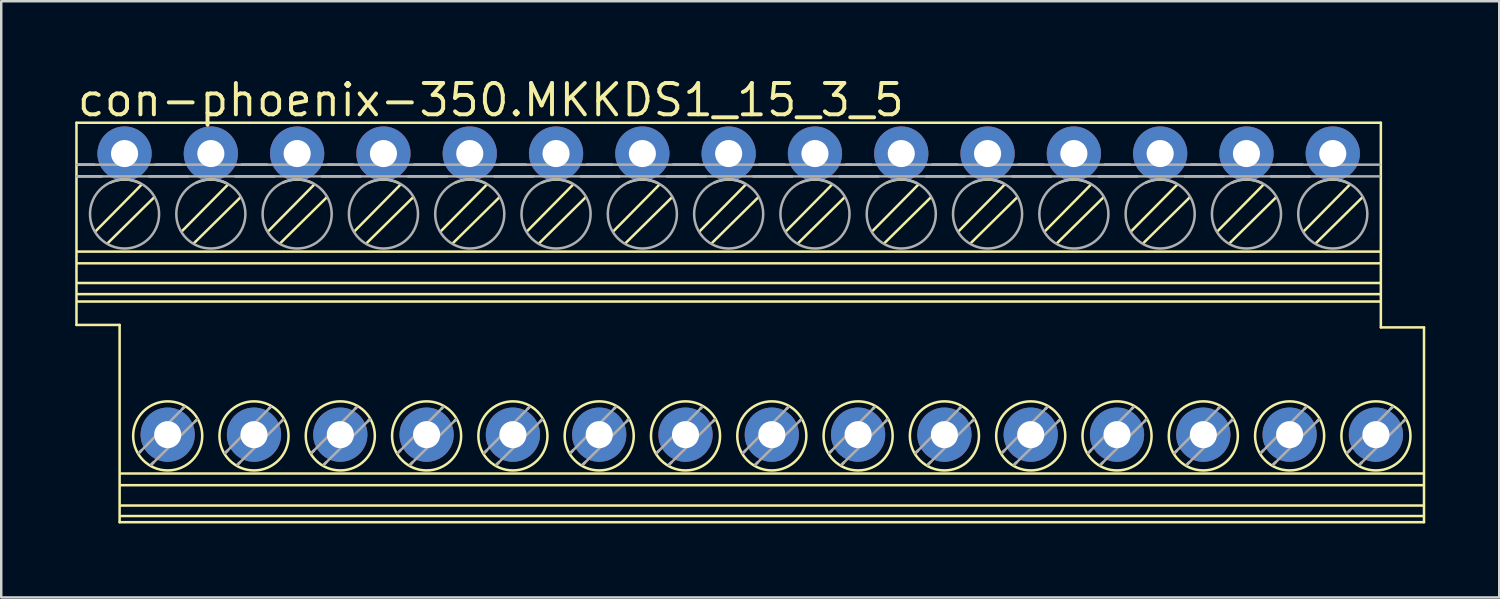
<source format=kicad_pcb>
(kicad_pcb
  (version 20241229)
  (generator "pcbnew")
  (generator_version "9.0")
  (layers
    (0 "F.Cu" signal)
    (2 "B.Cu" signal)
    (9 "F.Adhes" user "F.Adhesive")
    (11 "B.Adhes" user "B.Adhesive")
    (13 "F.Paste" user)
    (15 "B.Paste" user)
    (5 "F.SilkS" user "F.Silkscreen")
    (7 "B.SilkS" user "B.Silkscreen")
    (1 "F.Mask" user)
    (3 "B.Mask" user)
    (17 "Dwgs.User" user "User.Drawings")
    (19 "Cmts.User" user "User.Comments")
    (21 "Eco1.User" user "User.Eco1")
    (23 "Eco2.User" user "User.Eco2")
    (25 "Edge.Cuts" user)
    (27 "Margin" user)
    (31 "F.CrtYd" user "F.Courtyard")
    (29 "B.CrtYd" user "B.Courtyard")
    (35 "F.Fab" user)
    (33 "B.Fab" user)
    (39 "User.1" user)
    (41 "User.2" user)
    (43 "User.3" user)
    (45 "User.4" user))
  (footprint "con-phoenix-350.MKKDS1_15_3_5"
    (layer "F.Cu")
    (at 26.501 10.028)
    (property "Reference" "con-phoenix-350.MKKDS1_15_3_5" (at -26.501 -8.278 0) (layer "F.SilkS") (effects (font (size 1.27 1.27) (thickness 0.16)) (justify left bottom)))
    (attr through_hole)
    (fp_line (start -26.45 -8.1) (end 26.45 -8.1) (stroke (width 0.102) (type default)) (layer "F.SilkS"))
    (fp_line (start -26.45 0.1) (end -26.45 -8.1) (stroke (width 0.102) (type default)) (layer "F.SilkS"))
    (fp_line (start -26.425 -6.4) (end -25.725 -6.4) (stroke (width 0.102) (type default)) (layer "F.SilkS"))
    (fp_line (start -26.425 -5.925) (end -25.425 -5.925) (stroke (width 0.102) (type default)) (layer "F.SilkS"))
    (fp_line (start -26.4 -2.875) (end 26.425 -2.875) (stroke (width 0.102) (type default)) (layer "F.SilkS"))
    (fp_line (start -26.4 -2.4) (end 26.425 -2.4) (stroke (width 0.102) (type default)) (layer "F.SilkS"))
    (fp_line (start -26.4 -1.6) (end 26.425 -1.6) (stroke (width 0.102) (type default)) (layer "F.SilkS"))
    (fp_line (start -26.4 -0.85) (end 26.425 -0.85) (stroke (width 0.102) (type default)) (layer "F.SilkS"))
    (fp_line (start -25.675 -3.7) (end -23.825 -5.575) (stroke (width 0.102) (type default)) (layer "F.SilkS"))
    (fp_line (start -25.175 -3.225) (end -23.3 -5.075) (stroke (width 0.102) (type default)) (layer "F.SilkS"))
    (fp_line (start -24.7 0.1) (end -26.45 0.1) (stroke (width 0.102) (type default)) (layer "F.SilkS"))
    (fp_line (start -24.7 8.1) (end -24.7 0.1) (stroke (width 0.102) (type default)) (layer "F.SilkS"))
    (fp_line (start -24.65 6.125) (end 28.175 6.125) (stroke (width 0.102) (type default)) (layer "F.SilkS"))
    (fp_line (start -24.65 6.6) (end 28.175 6.6) (stroke (width 0.102) (type default)) (layer "F.SilkS"))
    (fp_line (start -24.65 7.425) (end 28.175 7.425) (stroke (width 0.102) (type default)) (layer "F.SilkS"))
    (fp_line (start -24.65 7.85) (end 28.175 7.85) (stroke (width 0.102) (type default)) (layer "F.SilkS"))
    (fp_line (start -23.925 5.3) (end -23.825 5.2) (stroke (width 0.102) (type default)) (layer "F.SilkS"))
    (fp_line (start -23.5 -5.925) (end -21.925 -5.925) (stroke (width 0.102) (type default)) (layer "F.SilkS"))
    (fp_line (start -23.425 5.775) (end -23.325 5.675) (stroke (width 0.102) (type default)) (layer "F.SilkS"))
    (fp_line (start -23.25 -6.4) (end -22.225 -6.4) (stroke (width 0.102) (type default)) (layer "F.SilkS"))
    (fp_line (start -22.175 -3.7) (end -20.325 -5.575) (stroke (width 0.102) (type default)) (layer "F.SilkS"))
    (fp_line (start -22.15 3.5) (end -22.075 3.425) (stroke (width 0.102) (type default)) (layer "F.SilkS"))
    (fp_line (start -21.675 -3.225) (end -19.8 -5.075) (stroke (width 0.102) (type default)) (layer "F.SilkS"))
    (fp_line (start -21.625 4) (end -21.55 3.925) (stroke (width 0.102) (type default)) (layer "F.SilkS"))
    (fp_line (start -20.425 5.3) (end -20.325 5.2) (stroke (width 0.102) (type default)) (layer "F.SilkS"))
    (fp_line (start -20 -5.925) (end -18.425 -5.925) (stroke (width 0.102) (type default)) (layer "F.SilkS"))
    (fp_line (start -19.925 5.775) (end -19.825 5.675) (stroke (width 0.102) (type default)) (layer "F.SilkS"))
    (fp_line (start -19.75 -6.4) (end -18.725 -6.4) (stroke (width 0.102) (type default)) (layer "F.SilkS"))
    (fp_line (start -18.675 -3.7) (end -16.825 -5.575) (stroke (width 0.102) (type default)) (layer "F.SilkS"))
    (fp_line (start -18.65 3.5) (end -18.575 3.425) (stroke (width 0.102) (type default)) (layer "F.SilkS"))
    (fp_line (start -18.175 -3.225) (end -16.3 -5.075) (stroke (width 0.102) (type default)) (layer "F.SilkS"))
    (fp_line (start -18.125 4) (end -18.05 3.925) (stroke (width 0.102) (type default)) (layer "F.SilkS"))
    (fp_line (start -16.925 5.3) (end -16.825 5.2) (stroke (width 0.102) (type default)) (layer "F.SilkS"))
    (fp_line (start -16.5 -5.925) (end -14.925 -5.925) (stroke (width 0.102) (type default)) (layer "F.SilkS"))
    (fp_line (start -16.425 5.775) (end -16.325 5.675) (stroke (width 0.102) (type default)) (layer "F.SilkS"))
    (fp_line (start -16.25 -6.4) (end -15.225 -6.4) (stroke (width 0.102) (type default)) (layer "F.SilkS"))
    (fp_line (start -15.175 -3.7) (end -13.325 -5.575) (stroke (width 0.102) (type default)) (layer "F.SilkS"))
    (fp_line (start -15.15 3.5) (end -15.075 3.425) (stroke (width 0.102) (type default)) (layer "F.SilkS"))
    (fp_line (start -14.675 -3.225) (end -12.8 -5.075) (stroke (width 0.102) (type default)) (layer "F.SilkS"))
    (fp_line (start -14.625 4) (end -14.55 3.925) (stroke (width 0.102) (type default)) (layer "F.SilkS"))
    (fp_line (start -13.425 5.3) (end -13.325 5.2) (stroke (width 0.102) (type default)) (layer "F.SilkS"))
    (fp_line (start -13 -5.925) (end -11.425 -5.925) (stroke (width 0.102) (type default)) (layer "F.SilkS"))
    (fp_line (start -12.925 5.775) (end -12.825 5.675) (stroke (width 0.102) (type default)) (layer "F.SilkS"))
    (fp_line (start -12.75 -6.4) (end -11.725 -6.4) (stroke (width 0.102) (type default)) (layer "F.SilkS"))
    (fp_line (start -11.675 -3.7) (end -9.825 -5.575) (stroke (width 0.102) (type default)) (layer "F.SilkS"))
    (fp_line (start -11.65 3.5) (end -11.575 3.425) (stroke (width 0.102) (type default)) (layer "F.SilkS"))
    (fp_line (start -11.175 -3.225) (end -9.3 -5.075) (stroke (width 0.102) (type default)) (layer "F.SilkS"))
    (fp_line (start -11.125 4) (end -11.05 3.925) (stroke (width 0.102) (type default)) (layer "F.SilkS"))
    (fp_line (start -9.925 5.3) (end -9.825 5.2) (stroke (width 0.102) (type default)) (layer "F.SilkS"))
    (fp_line (start -9.5 -5.925) (end -7.925 -5.925) (stroke (width 0.102) (type default)) (layer "F.SilkS"))
    (fp_line (start -9.425 5.775) (end -9.325 5.675) (stroke (width 0.102) (type default)) (layer "F.SilkS"))
    (fp_line (start -9.25 -6.4) (end -8.225 -6.4) (stroke (width 0.102) (type default)) (layer "F.SilkS"))
    (fp_line (start -8.175 -3.7) (end -6.325 -5.575) (stroke (width 0.102) (type default)) (layer "F.SilkS"))
    (fp_line (start -8.15 3.5) (end -8.075 3.425) (stroke (width 0.102) (type default)) (layer "F.SilkS"))
    (fp_line (start -7.675 -3.225) (end -5.8 -5.075) (stroke (width 0.102) (type default)) (layer "F.SilkS"))
    (fp_line (start -7.625 4) (end -7.55 3.925) (stroke (width 0.102) (type default)) (layer "F.SilkS"))
    (fp_line (start -6.425 5.3) (end -6.325 5.2) (stroke (width 0.102) (type default)) (layer "F.SilkS"))
    (fp_line (start -6 -5.925) (end -4.425 -5.925) (stroke (width 0.102) (type default)) (layer "F.SilkS"))
    (fp_line (start -5.925 5.775) (end -5.825 5.675) (stroke (width 0.102) (type default)) (layer "F.SilkS"))
    (fp_line (start -5.75 -6.4) (end -4.725 -6.4) (stroke (width 0.102) (type default)) (layer "F.SilkS"))
    (fp_line (start -4.675 -3.7) (end -2.825 -5.575) (stroke (width 0.102) (type default)) (layer "F.SilkS"))
    (fp_line (start -4.65 3.5) (end -4.575 3.425) (stroke (width 0.102) (type default)) (layer "F.SilkS"))
    (fp_line (start -4.175 -3.225) (end -2.3 -5.075) (stroke (width 0.102) (type default)) (layer "F.SilkS"))
    (fp_line (start -4.125 4) (end -4.05 3.925) (stroke (width 0.102) (type default)) (layer "F.SilkS"))
    (fp_line (start -2.925 5.3) (end -2.825 5.2) (stroke (width 0.102) (type default)) (layer "F.SilkS"))
    (fp_line (start -2.5 -5.925) (end -0.925 -5.925) (stroke (width 0.102) (type default)) (layer "F.SilkS"))
    (fp_line (start -2.425 5.775) (end -2.325 5.675) (stroke (width 0.102) (type default)) (layer "F.SilkS"))
    (fp_line (start -2.25 -6.4) (end -1.225 -6.4) (stroke (width 0.102) (type default)) (layer "F.SilkS"))
    (fp_line (start -1.175 -3.7) (end 0.675 -5.575) (stroke (width 0.102) (type default)) (layer "F.SilkS"))
    (fp_line (start -1.15 3.5) (end -1.075 3.425) (stroke (width 0.102) (type default)) (layer "F.SilkS"))
    (fp_line (start -0.675 -3.225) (end 1.2 -5.075) (stroke (width 0.102) (type default)) (layer "F.SilkS"))
    (fp_line (start -0.625 4) (end -0.55 3.925) (stroke (width 0.102) (type default)) (layer "F.SilkS"))
    (fp_line (start 0.575 5.3) (end 0.675 5.2) (stroke (width 0.102) (type default)) (layer "F.SilkS"))
    (fp_line (start 1 -5.925) (end 2.575 -5.925) (stroke (width 0.102) (type default)) (layer "F.SilkS"))
    (fp_line (start 1.075 5.775) (end 1.175 5.675) (stroke (width 0.102) (type default)) (layer "F.SilkS"))
    (fp_line (start 1.25 -6.4) (end 2.275 -6.4) (stroke (width 0.102) (type default)) (layer "F.SilkS"))
    (fp_line (start 2.325 -3.7) (end 4.175 -5.575) (stroke (width 0.102) (type default)) (layer "F.SilkS"))
    (fp_line (start 2.35 3.5) (end 2.425 3.425) (stroke (width 0.102) (type default)) (layer "F.SilkS"))
    (fp_line (start 2.825 -3.225) (end 4.7 -5.075) (stroke (width 0.102) (type default)) (layer "F.SilkS"))
    (fp_line (start 2.875 4) (end 2.95 3.925) (stroke (width 0.102) (type default)) (layer "F.SilkS"))
    (fp_line (start 4.075 5.3) (end 4.175 5.2) (stroke (width 0.102) (type default)) (layer "F.SilkS"))
    (fp_line (start 4.5 -5.925) (end 6.075 -5.925) (stroke (width 0.102) (type default)) (layer "F.SilkS"))
    (fp_line (start 4.575 5.775) (end 4.675 5.675) (stroke (width 0.102) (type default)) (layer "F.SilkS"))
    (fp_line (start 4.75 -6.4) (end 5.775 -6.4) (stroke (width 0.102) (type default)) (layer "F.SilkS"))
    (fp_line (start 5.825 -3.7) (end 7.675 -5.575) (stroke (width 0.102) (type default)) (layer "F.SilkS"))
    (fp_line (start 5.85 3.5) (end 5.925 3.425) (stroke (width 0.102) (type default)) (layer "F.SilkS"))
    (fp_line (start 6.325 -3.225) (end 8.2 -5.075) (stroke (width 0.102) (type default)) (layer "F.SilkS"))
    (fp_line (start 6.375 4) (end 6.45 3.925) (stroke (width 0.102) (type default)) (layer "F.SilkS"))
    (fp_line (start 7.575 5.3) (end 7.675 5.2) (stroke (width 0.102) (type default)) (layer "F.SilkS"))
    (fp_line (start 8 -5.925) (end 9.575 -5.925) (stroke (width 0.102) (type default)) (layer "F.SilkS"))
    (fp_line (start 8.075 5.775) (end 8.175 5.675) (stroke (width 0.102) (type default)) (layer "F.SilkS"))
    (fp_line (start 8.25 -6.4) (end 9.275 -6.4) (stroke (width 0.102) (type default)) (layer "F.SilkS"))
    (fp_line (start 9.325 -3.7) (end 11.175 -5.575) (stroke (width 0.102) (type default)) (layer "F.SilkS"))
    (fp_line (start 9.35 3.5) (end 9.425 3.425) (stroke (width 0.102) (type default)) (layer "F.SilkS"))
    (fp_line (start 9.825 -3.225) (end 11.7 -5.075) (stroke (width 0.102) (type default)) (layer "F.SilkS"))
    (fp_line (start 9.875 4) (end 9.95 3.925) (stroke (width 0.102) (type default)) (layer "F.SilkS"))
    (fp_line (start 11.075 5.3) (end 11.175 5.2) (stroke (width 0.102) (type default)) (layer "F.SilkS"))
    (fp_line (start 11.5 -5.925) (end 13.075 -5.925) (stroke (width 0.102) (type default)) (layer "F.SilkS"))
    (fp_line (start 11.575 5.775) (end 11.675 5.675) (stroke (width 0.102) (type default)) (layer "F.SilkS"))
    (fp_line (start 11.75 -6.4) (end 12.775 -6.4) (stroke (width 0.102) (type default)) (layer "F.SilkS"))
    (fp_line (start 12.825 -3.7) (end 14.675 -5.575) (stroke (width 0.102) (type default)) (layer "F.SilkS"))
    (fp_line (start 12.85 3.5) (end 12.925 3.425) (stroke (width 0.102) (type default)) (layer "F.SilkS"))
    (fp_line (start 13.325 -3.225) (end 15.2 -5.075) (stroke (width 0.102) (type default)) (layer "F.SilkS"))
    (fp_line (start 13.375 4) (end 13.45 3.925) (stroke (width 0.102) (type default)) (layer "F.SilkS"))
    (fp_line (start 14.575 5.3) (end 14.675 5.2) (stroke (width 0.102) (type default)) (layer "F.SilkS"))
    (fp_line (start 15 -5.925) (end 16.575 -5.925) (stroke (width 0.102) (type default)) (layer "F.SilkS"))
    (fp_line (start 15.075 5.775) (end 15.175 5.675) (stroke (width 0.102) (type default)) (layer "F.SilkS"))
    (fp_line (start 15.25 -6.4) (end 16.275 -6.4) (stroke (width 0.102) (type default)) (layer "F.SilkS"))
    (fp_line (start 16.325 -3.7) (end 18.175 -5.575) (stroke (width 0.102) (type default)) (layer "F.SilkS"))
    (fp_line (start 16.35 3.5) (end 16.425 3.425) (stroke (width 0.102) (type default)) (layer "F.SilkS"))
    (fp_line (start 16.825 -3.225) (end 18.7 -5.075) (stroke (width 0.102) (type default)) (layer "F.SilkS"))
    (fp_line (start 16.875 4) (end 16.95 3.925) (stroke (width 0.102) (type default)) (layer "F.SilkS"))
    (fp_line (start 18.075 5.3) (end 18.175 5.2) (stroke (width 0.102) (type default)) (layer "F.SilkS"))
    (fp_line (start 18.5 -5.925) (end 20.075 -5.925) (stroke (width 0.102) (type default)) (layer "F.SilkS"))
    (fp_line (start 18.575 5.775) (end 18.675 5.675) (stroke (width 0.102) (type default)) (layer "F.SilkS"))
    (fp_line (start 18.75 -6.4) (end 19.775 -6.4) (stroke (width 0.102) (type default)) (layer "F.SilkS"))
    (fp_line (start 19.825 -3.7) (end 21.675 -5.575) (stroke (width 0.102) (type default)) (layer "F.SilkS"))
    (fp_line (start 19.85 3.5) (end 19.925 3.425) (stroke (width 0.102) (type default)) (layer "F.SilkS"))
    (fp_line (start 20.325 -3.225) (end 22.2 -5.075) (stroke (width 0.102) (type default)) (layer "F.SilkS"))
    (fp_line (start 20.375 4) (end 20.45 3.925) (stroke (width 0.102) (type default)) (layer "F.SilkS"))
    (fp_line (start 21.575 5.3) (end 21.675 5.2) (stroke (width 0.102) (type default)) (layer "F.SilkS"))
    (fp_line (start 22 -5.925) (end 23.575 -5.925) (stroke (width 0.102) (type default)) (layer "F.SilkS"))
    (fp_line (start 22.075 5.775) (end 22.175 5.675) (stroke (width 0.102) (type default)) (layer "F.SilkS"))
    (fp_line (start 22.25 -6.4) (end 23.275 -6.4) (stroke (width 0.102) (type default)) (layer "F.SilkS"))
    (fp_line (start 23.325 -3.7) (end 25.175 -5.575) (stroke (width 0.102) (type default)) (layer "F.SilkS"))
    (fp_line (start 23.35 3.5) (end 23.425 3.425) (stroke (width 0.102) (type default)) (layer "F.SilkS"))
    (fp_line (start 23.825 -3.225) (end 25.7 -5.075) (stroke (width 0.102) (type default)) (layer "F.SilkS"))
    (fp_line (start 23.875 4) (end 23.95 3.925) (stroke (width 0.102) (type default)) (layer "F.SilkS"))
    (fp_line (start 25.075 5.3) (end 25.175 5.2) (stroke (width 0.102) (type default)) (layer "F.SilkS"))
    (fp_line (start 25.575 5.775) (end 25.675 5.675) (stroke (width 0.102) (type default)) (layer "F.SilkS"))
    (fp_line (start 26.425 -1.15) (end -26.4 -1.15) (stroke (width 0.102) (type default)) (layer "F.SilkS"))
    (fp_line (start 26.45 -8.1) (end 26.45 0.2) (stroke (width 0.102) (type default)) (layer "F.SilkS"))
    (fp_line (start 26.45 0.2) (end 28.2 0.2) (stroke (width 0.102) (type default)) (layer "F.SilkS"))
    (fp_line (start 26.85 3.5) (end 26.925 3.425) (stroke (width 0.102) (type default)) (layer "F.SilkS"))
    (fp_line (start 27.375 4) (end 27.45 3.925) (stroke (width 0.102) (type default)) (layer "F.SilkS"))
    (fp_line (start 28.2 0.2) (end 28.2 8.1) (stroke (width 0.102) (type default)) (layer "F.SilkS"))
    (fp_line (start 28.2 8.1) (end -24.7 8.1) (stroke (width 0.102) (type default)) (layer "F.SilkS"))
    (fp_arc (start -25.075 -5.675) (mid -24.472184 -5.797679) (end -23.875 -5.65) (stroke (width 0.1016) (type default)) (layer "F.SilkS"))
    (fp_arc (start -21.575 -5.675) (mid -20.972184 -5.797679) (end -20.375 -5.65) (stroke (width 0.1016) (type default)) (layer "F.SilkS"))
    (fp_arc (start -18.075 -5.675) (mid -17.472184 -5.797679) (end -16.875 -5.65) (stroke (width 0.1016) (type default)) (layer "F.SilkS"))
    (fp_arc (start -14.575 -5.675) (mid -13.972184 -5.797679) (end -13.375 -5.65) (stroke (width 0.1016) (type default)) (layer "F.SilkS"))
    (fp_arc (start -11.075 -5.675) (mid -10.472184 -5.797679) (end -9.875 -5.65) (stroke (width 0.1016) (type default)) (layer "F.SilkS"))
    (fp_arc (start -7.575 -5.675) (mid -6.972184 -5.797679) (end -6.375 -5.65) (stroke (width 0.1016) (type default)) (layer "F.SilkS"))
    (fp_arc (start -4.075 -5.675) (mid -3.472184 -5.797679) (end -2.875 -5.65) (stroke (width 0.1016) (type default)) (layer "F.SilkS"))
    (fp_arc (start -0.575 -5.675) (mid 0.027816 -5.797679) (end 0.625 -5.65) (stroke (width 0.1016) (type default)) (layer "F.SilkS"))
    (fp_arc (start 2.925 -5.675) (mid 3.527816 -5.797679) (end 4.125 -5.65) (stroke (width 0.1016) (type default)) (layer "F.SilkS"))
    (fp_arc (start 6.425 -5.675) (mid 7.027816 -5.797679) (end 7.625 -5.65) (stroke (width 0.1016) (type default)) (layer "F.SilkS"))
    (fp_arc (start 9.925 -5.675) (mid 10.527816 -5.797679) (end 11.125 -5.65) (stroke (width 0.1016) (type default)) (layer "F.SilkS"))
    (fp_arc (start 13.425 -5.675) (mid 14.027816 -5.797679) (end 14.625 -5.65) (stroke (width 0.1016) (type default)) (layer "F.SilkS"))
    (fp_arc (start 16.925 -5.675) (mid 17.527816 -5.797679) (end 18.125 -5.65) (stroke (width 0.1016) (type default)) (layer "F.SilkS"))
    (fp_arc (start 20.425 -5.675) (mid 21.027816 -5.797679) (end 21.625 -5.65) (stroke (width 0.1016) (type default)) (layer "F.SilkS"))
    (fp_arc (start 23.925 -5.675) (mid 24.527816 -5.797679) (end 25.125 -5.65) (stroke (width 0.1016) (type default)) (layer "F.SilkS"))
    (fp_circle (center -22.75 4.6) (end -21.349 4.6) (stroke (width 0.102) (type default)) (fill no) (layer "F.SilkS"))
    (fp_circle (center -19.25 4.6) (end -17.849 4.6) (stroke (width 0.102) (type default)) (fill no) (layer "F.SilkS"))
    (fp_circle (center -15.75 4.6) (end -14.349 4.6) (stroke (width 0.102) (type default)) (fill no) (layer "F.SilkS"))
    (fp_circle (center -12.25 4.6) (end -10.849 4.6) (stroke (width 0.102) (type default)) (fill no) (layer "F.SilkS"))
    (fp_circle (center -8.75 4.6) (end -7.349 4.6) (stroke (width 0.102) (type default)) (fill no) (layer "F.SilkS"))
    (fp_circle (center -5.25 4.6) (end -3.849 4.6) (stroke (width 0.102) (type default)) (fill no) (layer "F.SilkS"))
    (fp_circle (center -1.75 4.6) (end -0.349 4.6) (stroke (width 0.102) (type default)) (fill no) (layer "F.SilkS"))
    (fp_circle (center 1.75 4.6) (end 3.151 4.6) (stroke (width 0.102) (type default)) (fill no) (layer "F.SilkS"))
    (fp_circle (center 5.25 4.6) (end 6.651 4.6) (stroke (width 0.102) (type default)) (fill no) (layer "F.SilkS"))
    (fp_circle (center 8.75 4.6) (end 10.151 4.6) (stroke (width 0.102) (type default)) (fill no) (layer "F.SilkS"))
    (fp_circle (center 12.25 4.6) (end 13.651 4.6) (stroke (width 0.102) (type default)) (fill no) (layer "F.SilkS"))
    (fp_circle (center 15.75 4.6) (end 17.151 4.6) (stroke (width 0.102) (type default)) (fill no) (layer "F.SilkS"))
    (fp_circle (center 19.25 4.6) (end 20.651 4.6) (stroke (width 0.102) (type default)) (fill no) (layer "F.SilkS"))
    (fp_circle (center 22.75 4.6) (end 24.151 4.6) (stroke (width 0.102) (type default)) (fill no) (layer "F.SilkS"))
    (fp_circle (center 26.25 4.6) (end 27.651 4.6) (stroke (width 0.102) (type default)) (fill no) (layer "F.SilkS"))
    (fp_line (start -26.425 -6.4) (end 26.4 -6.4) (stroke (width 0.102) (type default)) (layer "F.Fab"))
    (fp_line (start -26.425 -5.925) (end 26.4 -5.925) (stroke (width 0.102) (type default)) (layer "F.Fab"))
    (fp_line (start -23.925 5.3) (end -22.075 3.425) (stroke (width 0.102) (type default)) (layer "F.Fab"))
    (fp_line (start -23.425 5.775) (end -21.55 3.925) (stroke (width 0.102) (type default)) (layer "F.Fab"))
    (fp_line (start -20.425 5.3) (end -18.575 3.425) (stroke (width 0.102) (type default)) (layer "F.Fab"))
    (fp_line (start -19.925 5.775) (end -18.05 3.925) (stroke (width 0.102) (type default)) (layer "F.Fab"))
    (fp_line (start -16.925 5.3) (end -15.075 3.425) (stroke (width 0.102) (type default)) (layer "F.Fab"))
    (fp_line (start -16.425 5.775) (end -14.55 3.925) (stroke (width 0.102) (type default)) (layer "F.Fab"))
    (fp_line (start -13.425 5.3) (end -11.575 3.425) (stroke (width 0.102) (type default)) (layer "F.Fab"))
    (fp_line (start -12.925 5.775) (end -11.05 3.925) (stroke (width 0.102) (type default)) (layer "F.Fab"))
    (fp_line (start -9.925 5.3) (end -8.075 3.425) (stroke (width 0.102) (type default)) (layer "F.Fab"))
    (fp_line (start -9.425 5.775) (end -7.55 3.925) (stroke (width 0.102) (type default)) (layer "F.Fab"))
    (fp_line (start -6.425 5.3) (end -4.575 3.425) (stroke (width 0.102) (type default)) (layer "F.Fab"))
    (fp_line (start -5.925 5.775) (end -4.05 3.925) (stroke (width 0.102) (type default)) (layer "F.Fab"))
    (fp_line (start -2.925 5.3) (end -1.075 3.425) (stroke (width 0.102) (type default)) (layer "F.Fab"))
    (fp_line (start -2.425 5.775) (end -0.55 3.925) (stroke (width 0.102) (type default)) (layer "F.Fab"))
    (fp_line (start 0.575 5.3) (end 2.425 3.425) (stroke (width 0.102) (type default)) (layer "F.Fab"))
    (fp_line (start 1.075 5.775) (end 2.95 3.925) (stroke (width 0.102) (type default)) (layer "F.Fab"))
    (fp_line (start 4.075 5.3) (end 5.925 3.425) (stroke (width 0.102) (type default)) (layer "F.Fab"))
    (fp_line (start 4.575 5.775) (end 6.45 3.925) (stroke (width 0.102) (type default)) (layer "F.Fab"))
    (fp_line (start 7.575 5.3) (end 9.425 3.425) (stroke (width 0.102) (type default)) (layer "F.Fab"))
    (fp_line (start 8.075 5.775) (end 9.95 3.925) (stroke (width 0.102) (type default)) (layer "F.Fab"))
    (fp_line (start 11.075 5.3) (end 12.925 3.425) (stroke (width 0.102) (type default)) (layer "F.Fab"))
    (fp_line (start 11.575 5.775) (end 13.45 3.925) (stroke (width 0.102) (type default)) (layer "F.Fab"))
    (fp_line (start 14.575 5.3) (end 16.425 3.425) (stroke (width 0.102) (type default)) (layer "F.Fab"))
    (fp_line (start 15.075 5.775) (end 16.95 3.925) (stroke (width 0.102) (type default)) (layer "F.Fab"))
    (fp_line (start 18.075 5.3) (end 19.925 3.425) (stroke (width 0.102) (type default)) (layer "F.Fab"))
    (fp_line (start 18.575 5.775) (end 20.45 3.925) (stroke (width 0.102) (type default)) (layer "F.Fab"))
    (fp_line (start 21.575 5.3) (end 23.425 3.425) (stroke (width 0.102) (type default)) (layer "F.Fab"))
    (fp_line (start 22.075 5.775) (end 23.95 3.925) (stroke (width 0.102) (type default)) (layer "F.Fab"))
    (fp_line (start 25.075 5.3) (end 26.925 3.425) (stroke (width 0.102) (type default)) (layer "F.Fab"))
    (fp_line (start 25.575 5.775) (end 27.45 3.925) (stroke (width 0.102) (type default)) (layer "F.Fab"))
    (fp_circle (center -24.5 -4.4) (end -23.099 -4.4) (stroke (width 0.102) (type default)) (fill no) (layer "F.Fab"))
    (fp_circle (center -21 -4.4) (end -19.599 -4.4) (stroke (width 0.102) (type default)) (fill no) (layer "F.Fab"))
    (fp_circle (center -17.5 -4.4) (end -16.099 -4.4) (stroke (width 0.102) (type default)) (fill no) (layer "F.Fab"))
    (fp_circle (center -14 -4.4) (end -12.599 -4.4) (stroke (width 0.102) (type default)) (fill no) (layer "F.Fab"))
    (fp_circle (center -10.5 -4.4) (end -9.099 -4.4) (stroke (width 0.102) (type default)) (fill no) (layer "F.Fab"))
    (fp_circle (center -7 -4.4) (end -5.599 -4.4) (stroke (width 0.102) (type default)) (fill no) (layer "F.Fab"))
    (fp_circle (center -3.5 -4.4) (end -2.099 -4.4) (stroke (width 0.102) (type default)) (fill no) (layer "F.Fab"))
    (fp_circle (center 0 -4.4) (end 1.401 -4.4) (stroke (width 0.102) (type default)) (fill no) (layer "F.Fab"))
    (fp_circle (center 3.5 -4.4) (end 4.901 -4.4) (stroke (width 0.102) (type default)) (fill no) (layer "F.Fab"))
    (fp_circle (center 7 -4.4) (end 8.401 -4.4) (stroke (width 0.102) (type default)) (fill no) (layer "F.Fab"))
    (fp_circle (center 10.5 -4.4) (end 11.901 -4.4) (stroke (width 0.102) (type default)) (fill no) (layer "F.Fab"))
    (fp_circle (center 14 -4.4) (end 15.401 -4.4) (stroke (width 0.102) (type default)) (fill no) (layer "F.Fab"))
    (fp_circle (center 17.5 -4.4) (end 18.901 -4.4) (stroke (width 0.102) (type default)) (fill no) (layer "F.Fab"))
    (fp_circle (center 21 -4.4) (end 22.401 -4.4) (stroke (width 0.102) (type default)) (fill no) (layer "F.Fab"))
    (fp_circle (center 24.5 -4.4) (end 25.901 -4.4) (stroke (width 0.102) (type default)) (fill no) (layer "F.Fab"))
    (pad "1" thru_hole circle (at -24.5 -6.85) (size 2.2 2.2) (drill 1.1) (layers "*.Cu" "*.Mask"))
    (pad "2" thru_hole circle (at -22.75 4.55) (size 2.2 2.2) (drill 1.1) (layers "*.Cu" "*.Mask"))
    (pad "3" thru_hole circle (at -21 -6.85) (size 2.2 2.2) (drill 1.1) (layers "*.Cu" "*.Mask"))
    (pad "4" thru_hole circle (at -19.25 4.55) (size 2.2 2.2) (drill 1.1) (layers "*.Cu" "*.Mask"))
    (pad "5" thru_hole circle (at -17.5 -6.85) (size 2.2 2.2) (drill 1.1) (layers "*.Cu" "*.Mask"))
    (pad "6" thru_hole circle (at -15.75 4.55) (size 2.2 2.2) (drill 1.1) (layers "*.Cu" "*.Mask"))
    (pad "7" thru_hole circle (at -14 -6.85) (size 2.2 2.2) (drill 1.1) (layers "*.Cu" "*.Mask"))
    (pad "8" thru_hole circle (at -12.25 4.55) (size 2.2 2.2) (drill 1.1) (layers "*.Cu" "*.Mask"))
    (pad "9" thru_hole circle (at -10.5 -6.85) (size 2.2 2.2) (drill 1.1) (layers "*.Cu" "*.Mask"))
    (pad "10" thru_hole circle (at -8.75 4.55) (size 2.2 2.2) (drill 1.1) (layers "*.Cu" "*.Mask"))
    (pad "11" thru_hole circle (at -7 -6.85) (size 2.2 2.2) (drill 1.1) (layers "*.Cu" "*.Mask"))
    (pad "12" thru_hole circle (at -5.25 4.55) (size 2.2 2.2) (drill 1.1) (layers "*.Cu" "*.Mask"))
    (pad "13" thru_hole circle (at -3.5 -6.85) (size 2.2 2.2) (drill 1.1) (layers "*.Cu" "*.Mask"))
    (pad "14" thru_hole circle (at -1.75 4.55) (size 2.2 2.2) (drill 1.1) (layers "*.Cu" "*.Mask"))
    (pad "15" thru_hole circle (at 0 -6.85) (size 2.2 2.2) (drill 1.1) (layers "*.Cu" "*.Mask"))
    (pad "16" thru_hole circle (at 1.75 4.55) (size 2.2 2.2) (drill 1.1) (layers "*.Cu" "*.Mask"))
    (pad "17" thru_hole circle (at 3.5 -6.85) (size 2.2 2.2) (drill 1.1) (layers "*.Cu" "*.Mask"))
    (pad "18" thru_hole circle (at 5.25 4.55) (size 2.2 2.2) (drill 1.1) (layers "*.Cu" "*.Mask"))
    (pad "19" thru_hole circle (at 7 -6.85) (size 2.2 2.2) (drill 1.1) (layers "*.Cu" "*.Mask"))
    (pad "20" thru_hole circle (at 8.75 4.55) (size 2.2 2.2) (drill 1.1) (layers "*.Cu" "*.Mask"))
    (pad "21" thru_hole circle (at 10.5 -6.85) (size 2.2 2.2) (drill 1.1) (layers "*.Cu" "*.Mask"))
    (pad "22" thru_hole circle (at 12.25 4.55) (size 2.2 2.2) (drill 1.1) (layers "*.Cu" "*.Mask"))
    (pad "23" thru_hole circle (at 14 -6.85) (size 2.2 2.2) (drill 1.1) (layers "*.Cu" "*.Mask"))
    (pad "24" thru_hole circle (at 15.75 4.55) (size 2.2 2.2) (drill 1.1) (layers "*.Cu" "*.Mask"))
    (pad "25" thru_hole circle (at 17.5 -6.85) (size 2.2 2.2) (drill 1.1) (layers "*.Cu" "*.Mask"))
    (pad "26" thru_hole circle (at 19.25 4.55) (size 2.2 2.2) (drill 1.1) (layers "*.Cu" "*.Mask"))
    (pad "27" thru_hole circle (at 21 -6.85) (size 2.2 2.2) (drill 1.1) (layers "*.Cu" "*.Mask"))
    (pad "28" thru_hole circle (at 22.75 4.55) (size 2.2 2.2) (drill 1.1) (layers "*.Cu" "*.Mask"))
    (pad "29" thru_hole circle (at 24.5 -6.85) (size 2.2 2.2) (drill 1.1) (layers "*.Cu" "*.Mask"))
    (pad "30" thru_hole circle (at 26.25 4.55) (size 2.2 2.2) (drill 1.1) (layers "*.Cu" "*.Mask")))
  (gr_rect
    (start -3 -3)
    (end 57.752 21.179)
    (stroke (width 0.1) (type default))
    (fill no)
    (layer "Edge.Cuts")))
</source>
